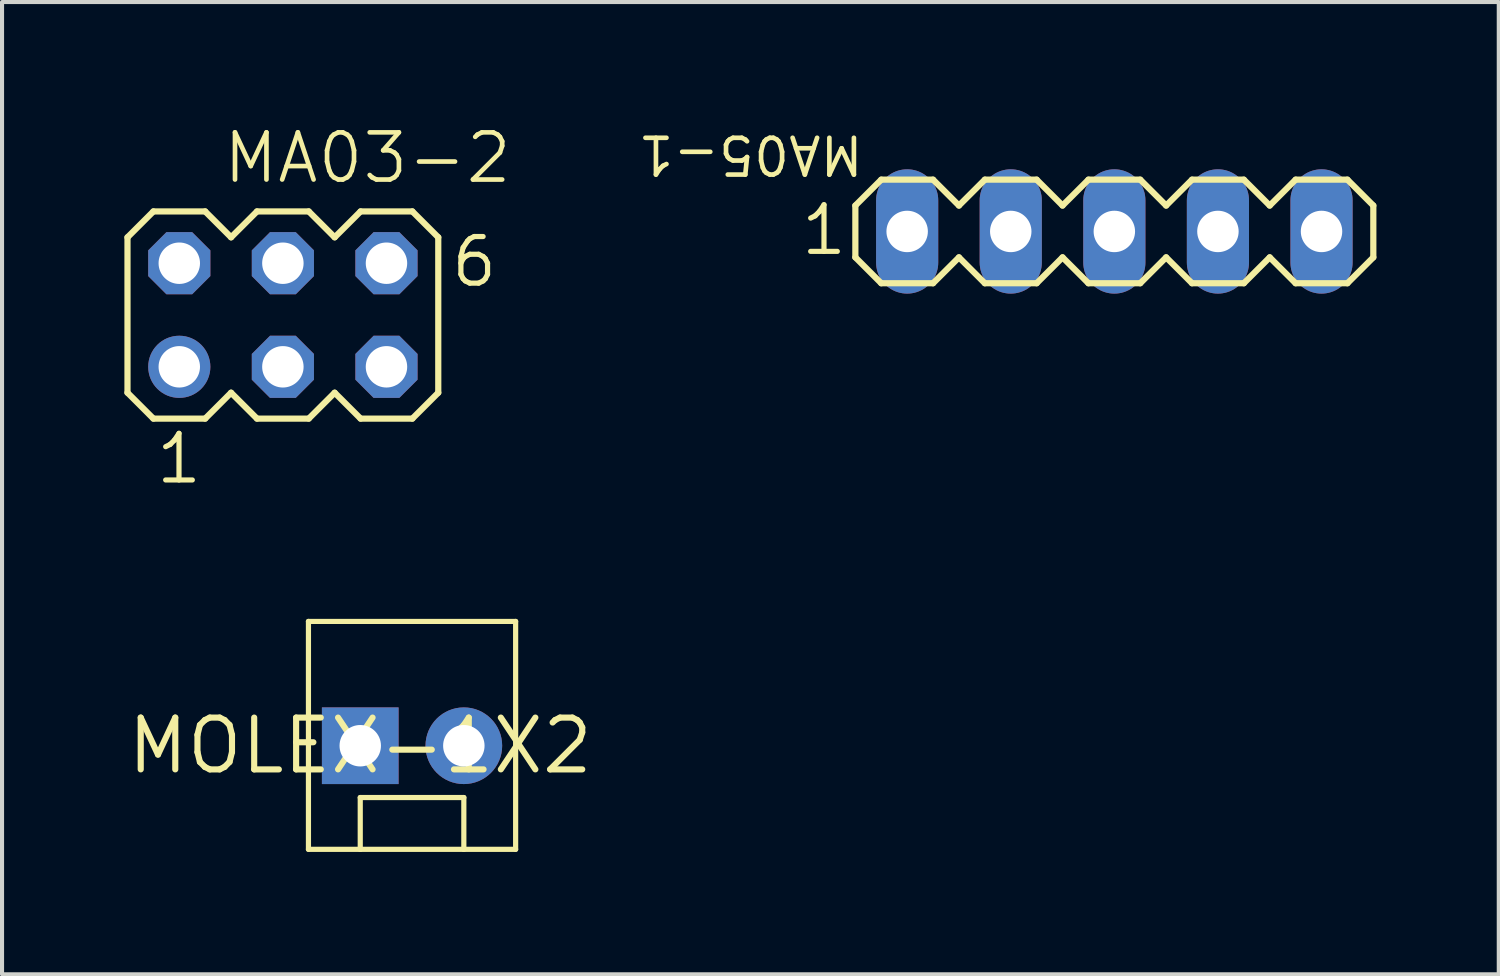
<source format=kicad_pcb>
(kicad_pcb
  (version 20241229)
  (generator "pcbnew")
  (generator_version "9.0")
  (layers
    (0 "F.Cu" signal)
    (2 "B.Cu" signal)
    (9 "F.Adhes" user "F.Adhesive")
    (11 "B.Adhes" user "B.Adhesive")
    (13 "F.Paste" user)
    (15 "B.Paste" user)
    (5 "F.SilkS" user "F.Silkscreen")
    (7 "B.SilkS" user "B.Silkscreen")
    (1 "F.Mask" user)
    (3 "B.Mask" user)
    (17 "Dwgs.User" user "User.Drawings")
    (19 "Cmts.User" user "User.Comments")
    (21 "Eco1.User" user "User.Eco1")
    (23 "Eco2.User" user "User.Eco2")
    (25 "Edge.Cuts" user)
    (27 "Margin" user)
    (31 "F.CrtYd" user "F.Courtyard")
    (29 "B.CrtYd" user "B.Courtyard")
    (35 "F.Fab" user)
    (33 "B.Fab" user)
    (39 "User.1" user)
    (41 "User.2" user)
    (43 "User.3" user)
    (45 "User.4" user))
  (footprint "MOLEX-1X2"
    (layer "F.Cu")
    (at 5.783 15.235)
    (property "Reference" "MOLEX-1X2" (at 0 0 0) (layer "F.SilkS") (effects (font (size 1.27 1.27) (thickness 0.15))))
    (fp_line (start -1.27 -3.048) (end -1.27 2.54) (stroke (width 0.127) (type solid)) (layer "F.SilkS"))
    (fp_line (start 0 1.27) (end 2.54 1.27) (stroke (width 0.127) (type solid)) (layer "F.SilkS"))
    (fp_line (start 0 2.54) (end -1.27 2.54) (stroke (width 0.127) (type solid)) (layer "F.SilkS"))
    (fp_line (start 0 2.54) (end 0 1.27) (stroke (width 0.127) (type solid)) (layer "F.SilkS"))
    (fp_line (start 2.54 1.27) (end 2.54 2.54) (stroke (width 0.127) (type solid)) (layer "F.SilkS"))
    (fp_line (start 2.54 2.54) (end 0 2.54) (stroke (width 0.127) (type solid)) (layer "F.SilkS"))
    (fp_line (start 3.81 -3.048) (end -1.27 -3.048) (stroke (width 0.127) (type solid)) (layer "F.SilkS"))
    (fp_line (start 3.81 -3.048) (end 3.81 2.54) (stroke (width 0.127) (type solid)) (layer "F.SilkS"))
    (fp_line (start 3.81 2.54) (end 2.54 2.54) (stroke (width 0.127) (type solid)) (layer "F.SilkS"))
    (pad "1" thru_hole rect (at 0 0) (size 1.88 1.88) (drill 1.016) (layers "*.Cu" "*.Mask"))
    (pad "2" thru_hole circle (at 2.54 0) (size 1.88 1.88) (drill 1.016) (layers "*.Cu" "*.Mask")))
  (footprint "MA05-1"
    (layer "F.Cu")
    (at 24.273 2.625)
    (property "Reference" "MA05-1" (at -6.096 -2.413 180) (unlocked yes) (layer "F.SilkS") (effects (font (size 0.902 0.902) (thickness 0.114)) (justify left bottom)))
    (fp_line (start -6.35 -0.635) (end -6.35 0.635) (stroke (width 0.152) (type solid)) (layer "F.SilkS"))
    (fp_line (start -6.35 0.635) (end -5.715 1.27) (stroke (width 0.152) (type solid)) (layer "F.SilkS"))
    (fp_line (start -5.715 -1.27) (end -6.35 -0.635) (stroke (width 0.152) (type solid)) (layer "F.SilkS"))
    (fp_line (start -5.715 -1.27) (end -4.445 -1.27) (stroke (width 0.152) (type solid)) (layer "F.SilkS"))
    (fp_line (start -4.445 -1.27) (end -3.81 -0.635) (stroke (width 0.152) (type solid)) (layer "F.SilkS"))
    (fp_line (start -4.445 1.27) (end -5.715 1.27) (stroke (width 0.152) (type solid)) (layer "F.SilkS"))
    (fp_line (start -3.81 -0.635) (end -3.175 -1.27) (stroke (width 0.152) (type solid)) (layer "F.SilkS"))
    (fp_line (start -3.81 0.635) (end -4.445 1.27) (stroke (width 0.152) (type solid)) (layer "F.SilkS"))
    (fp_line (start -3.175 -1.27) (end -1.905 -1.27) (stroke (width 0.152) (type solid)) (layer "F.SilkS"))
    (fp_line (start -3.175 1.27) (end -3.81 0.635) (stroke (width 0.152) (type solid)) (layer "F.SilkS"))
    (fp_line (start -1.905 -1.27) (end -1.27 -0.635) (stroke (width 0.152) (type solid)) (layer "F.SilkS"))
    (fp_line (start -1.905 1.27) (end -3.175 1.27) (stroke (width 0.152) (type solid)) (layer "F.SilkS"))
    (fp_line (start -1.27 -0.635) (end -0.635 -1.27) (stroke (width 0.152) (type solid)) (layer "F.SilkS"))
    (fp_line (start -1.27 0.635) (end -1.905 1.27) (stroke (width 0.152) (type solid)) (layer "F.SilkS"))
    (fp_line (start -0.635 -1.27) (end 0.635 -1.27) (stroke (width 0.152) (type solid)) (layer "F.SilkS"))
    (fp_line (start -0.635 1.27) (end -1.27 0.635) (stroke (width 0.152) (type solid)) (layer "F.SilkS"))
    (fp_line (start 0.635 -1.27) (end 1.27 -0.635) (stroke (width 0.152) (type solid)) (layer "F.SilkS"))
    (fp_line (start 0.635 1.27) (end -0.635 1.27) (stroke (width 0.152) (type solid)) (layer "F.SilkS"))
    (fp_line (start 1.27 0.635) (end 0.635 1.27) (stroke (width 0.152) (type solid)) (layer "F.SilkS"))
    (fp_line (start 1.27 0.635) (end 1.905 1.27) (stroke (width 0.152) (type solid)) (layer "F.SilkS"))
    (fp_line (start 1.905 -1.27) (end 1.27 -0.635) (stroke (width 0.152) (type solid)) (layer "F.SilkS"))
    (fp_line (start 1.905 -1.27) (end 3.175 -1.27) (stroke (width 0.152) (type solid)) (layer "F.SilkS"))
    (fp_line (start 3.175 -1.27) (end 3.81 -0.635) (stroke (width 0.152) (type solid)) (layer "F.SilkS"))
    (fp_line (start 3.175 1.27) (end 1.905 1.27) (stroke (width 0.152) (type solid)) (layer "F.SilkS"))
    (fp_line (start 3.81 -0.635) (end 4.445 -1.27) (stroke (width 0.152) (type solid)) (layer "F.SilkS"))
    (fp_line (start 3.81 0.635) (end 3.175 1.27) (stroke (width 0.152) (type solid)) (layer "F.SilkS"))
    (fp_line (start 4.445 -1.27) (end 5.715 -1.27) (stroke (width 0.152) (type solid)) (layer "F.SilkS"))
    (fp_line (start 4.445 1.27) (end 3.81 0.635) (stroke (width 0.152) (type solid)) (layer "F.SilkS"))
    (fp_line (start 5.715 -1.27) (end 6.35 -0.635) (stroke (width 0.152) (type solid)) (layer "F.SilkS"))
    (fp_line (start 5.715 1.27) (end 4.445 1.27) (stroke (width 0.152) (type solid)) (layer "F.SilkS"))
    (fp_line (start 6.35 -0.635) (end 6.35 0.635) (stroke (width 0.152) (type solid)) (layer "F.SilkS"))
    (fp_line (start 6.35 0.635) (end 5.715 1.27) (stroke (width 0.152) (type solid)) (layer "F.SilkS"))
    (fp_poly (pts (xy -5.334 0.254) (xy -4.826 0.254) (xy -4.826 -0.254) (xy -5.334 -0.254)) (stroke (width 0.1) (type default)) (fill no) (layer "F.Fab"))
    (fp_poly (pts (xy -2.794 0.254) (xy -2.286 0.254) (xy -2.286 -0.254) (xy -2.794 -0.254)) (stroke (width 0.1) (type default)) (fill no) (layer "F.Fab"))
    (fp_poly (pts (xy -0.254 0.254) (xy 0.254 0.254) (xy 0.254 -0.254) (xy -0.254 -0.254)) (stroke (width 0.1) (type default)) (fill no) (layer "F.Fab"))
    (fp_poly (pts (xy 2.286 0.254) (xy 2.794 0.254) (xy 2.794 -0.254) (xy 2.286 -0.254)) (stroke (width 0.1) (type default)) (fill no) (layer "F.Fab"))
    (fp_poly (pts (xy 4.826 0.254) (xy 5.334 0.254) (xy 5.334 -0.254) (xy 4.826 -0.254)) (stroke (width 0.1) (type default)) (fill no) (layer "F.Fab"))
    (fp_text user "1" (at -7.747 0.635 0) (unlocked yes) (layer "F.SilkS") (effects (font (size 1.143 1.143) (thickness 0.127)) (justify left bottom)))
    (pad "1" thru_hole oval (at -5.08 0 90) (size 3.048 1.524) (drill 1.016) (layers "*.Cu" "*.Mask"))
    (pad "2" thru_hole oval (at -2.54 0 90) (size 3.048 1.524) (drill 1.016) (layers "*.Cu" "*.Mask"))
    (pad "3" thru_hole oval (at 0 0 90) (size 3.048 1.524) (drill 1.016) (layers "*.Cu" "*.Mask"))
    (pad "4" thru_hole oval (at 2.54 0 90) (size 3.048 1.524) (drill 1.016) (layers "*.Cu" "*.Mask"))
    (pad "5" thru_hole oval (at 5.08 0 90) (size 3.048 1.524) (drill 1.016) (layers "*.Cu" "*.Mask")))
  (footprint "MA03-2"
    (layer "F.Cu")
    (at 3.886 4.674)
    (property "Reference" "MA03-2" (at -1.524 -3.175 0) (unlocked yes) (layer "F.SilkS") (effects (font (size 1.156 1.156) (thickness 0.114)) (justify left bottom)))
    (fp_line (start -3.81 -1.905) (end -3.81 1.905) (stroke (width 0.152) (type solid)) (layer "F.SilkS"))
    (fp_line (start -3.81 1.905) (end -3.175 2.54) (stroke (width 0.152) (type solid)) (layer "F.SilkS"))
    (fp_line (start -3.175 -2.54) (end -3.81 -1.905) (stroke (width 0.152) (type solid)) (layer "F.SilkS"))
    (fp_line (start -3.175 -2.54) (end -1.905 -2.54) (stroke (width 0.152) (type solid)) (layer "F.SilkS"))
    (fp_line (start -1.905 -2.54) (end -1.27 -1.905) (stroke (width 0.152) (type solid)) (layer "F.SilkS"))
    (fp_line (start -1.905 2.54) (end -3.175 2.54) (stroke (width 0.152) (type solid)) (layer "F.SilkS"))
    (fp_line (start -1.27 -1.905) (end -0.635 -2.54) (stroke (width 0.152) (type solid)) (layer "F.SilkS"))
    (fp_line (start -1.27 1.905) (end -1.905 2.54) (stroke (width 0.152) (type solid)) (layer "F.SilkS"))
    (fp_line (start -0.635 -2.54) (end 0.635 -2.54) (stroke (width 0.152) (type solid)) (layer "F.SilkS"))
    (fp_line (start -0.635 2.54) (end -1.27 1.905) (stroke (width 0.152) (type solid)) (layer "F.SilkS"))
    (fp_line (start 0.635 -2.54) (end 1.27 -1.905) (stroke (width 0.152) (type solid)) (layer "F.SilkS"))
    (fp_line (start 0.635 2.54) (end -0.635 2.54) (stroke (width 0.152) (type solid)) (layer "F.SilkS"))
    (fp_line (start 1.27 -1.905) (end 1.905 -2.54) (stroke (width 0.152) (type solid)) (layer "F.SilkS"))
    (fp_line (start 1.27 1.905) (end 0.635 2.54) (stroke (width 0.152) (type solid)) (layer "F.SilkS"))
    (fp_line (start 1.905 -2.54) (end 3.175 -2.54) (stroke (width 0.152) (type solid)) (layer "F.SilkS"))
    (fp_line (start 1.905 2.54) (end 1.27 1.905) (stroke (width 0.152) (type solid)) (layer "F.SilkS"))
    (fp_line (start 3.175 -2.54) (end 3.81 -1.905) (stroke (width 0.152) (type solid)) (layer "F.SilkS"))
    (fp_line (start 3.175 2.54) (end 1.905 2.54) (stroke (width 0.152) (type solid)) (layer "F.SilkS"))
    (fp_line (start 3.81 -1.905) (end 3.81 1.905) (stroke (width 0.152) (type solid)) (layer "F.SilkS"))
    (fp_line (start 3.81 1.905) (end 3.175 2.54) (stroke (width 0.152) (type solid)) (layer "F.SilkS"))
    (fp_poly (pts (xy -2.794 -1.016) (xy -2.286 -1.016) (xy -2.286 -1.524) (xy -2.794 -1.524)) (stroke (width 0.1) (type default)) (fill no) (layer "F.Fab"))
    (fp_poly (pts (xy -2.794 1.524) (xy -2.286 1.524) (xy -2.286 1.016) (xy -2.794 1.016)) (stroke (width 0.1) (type default)) (fill no) (layer "F.Fab"))
    (fp_poly (pts (xy -0.254 -1.016) (xy 0.254 -1.016) (xy 0.254 -1.524) (xy -0.254 -1.524)) (stroke (width 0.1) (type default)) (fill no) (layer "F.Fab"))
    (fp_poly (pts (xy -0.254 1.524) (xy 0.254 1.524) (xy 0.254 1.016) (xy -0.254 1.016)) (stroke (width 0.1) (type default)) (fill no) (layer "F.Fab"))
    (fp_poly (pts (xy 2.286 -1.016) (xy 2.794 -1.016) (xy 2.794 -1.524) (xy 2.286 -1.524)) (stroke (width 0.1) (type default)) (fill no) (layer "F.Fab"))
    (fp_poly (pts (xy 2.286 1.524) (xy 2.794 1.524) (xy 2.794 1.016) (xy 2.286 1.016)) (stroke (width 0.1) (type default)) (fill no) (layer "F.Fab"))
    (fp_text user "6" (at 4.064 -0.635 0) (unlocked yes) (layer "F.SilkS") (effects (font (size 1.143 1.143) (thickness 0.127)) (justify left bottom)))
    (fp_text user "1" (at -3.175 4.191 0) (unlocked yes) (layer "F.SilkS") (effects (font (size 1.143 1.143) (thickness 0.127)) (justify left bottom)))
    (pad "1" thru_hole circle (at -2.54 1.27) (size 1.524 1.524) (drill 1.016) (layers "*.Cu" "*.Mask"))
    (pad "2" thru_hole roundrect (at -2.54 -1.27) (size 1.524 1.524) (drill 1.016) (layers "*.Cu" "*.Mask") (roundrect_rratio 0.25) (chamfer_ratio 0.293) (chamfer top_left top_right bottom_left bottom_right))
    (pad "3" thru_hole roundrect (at 0 1.27) (size 1.524 1.524) (drill 1.016) (layers "*.Cu" "*.Mask") (roundrect_rratio 0.25) (chamfer_ratio 0.293) (chamfer top_left top_right bottom_left bottom_right))
    (pad "4" thru_hole roundrect (at 0 -1.27) (size 1.524 1.524) (drill 1.016) (layers "*.Cu" "*.Mask") (roundrect_rratio 0.25) (chamfer_ratio 0.293) (chamfer top_left top_right bottom_left bottom_right))
    (pad "5" thru_hole roundrect (at 2.54 1.27) (size 1.524 1.524) (drill 1.016) (layers "*.Cu" "*.Mask") (roundrect_rratio 0.25) (chamfer_ratio 0.293) (chamfer top_left top_right bottom_left bottom_right))
    (pad "6" thru_hole roundrect (at 2.54 -1.27) (size 1.524 1.524) (drill 1.016) (layers "*.Cu" "*.Mask") (roundrect_rratio 0.25) (chamfer_ratio 0.293) (chamfer top_left top_right bottom_left bottom_right)))
  (gr_rect
    (start -3 -3)
    (end 33.699 20.839)
    (stroke (width 0.1) (type default))
    (fill no)
    (layer "Edge.Cuts")))
</source>
